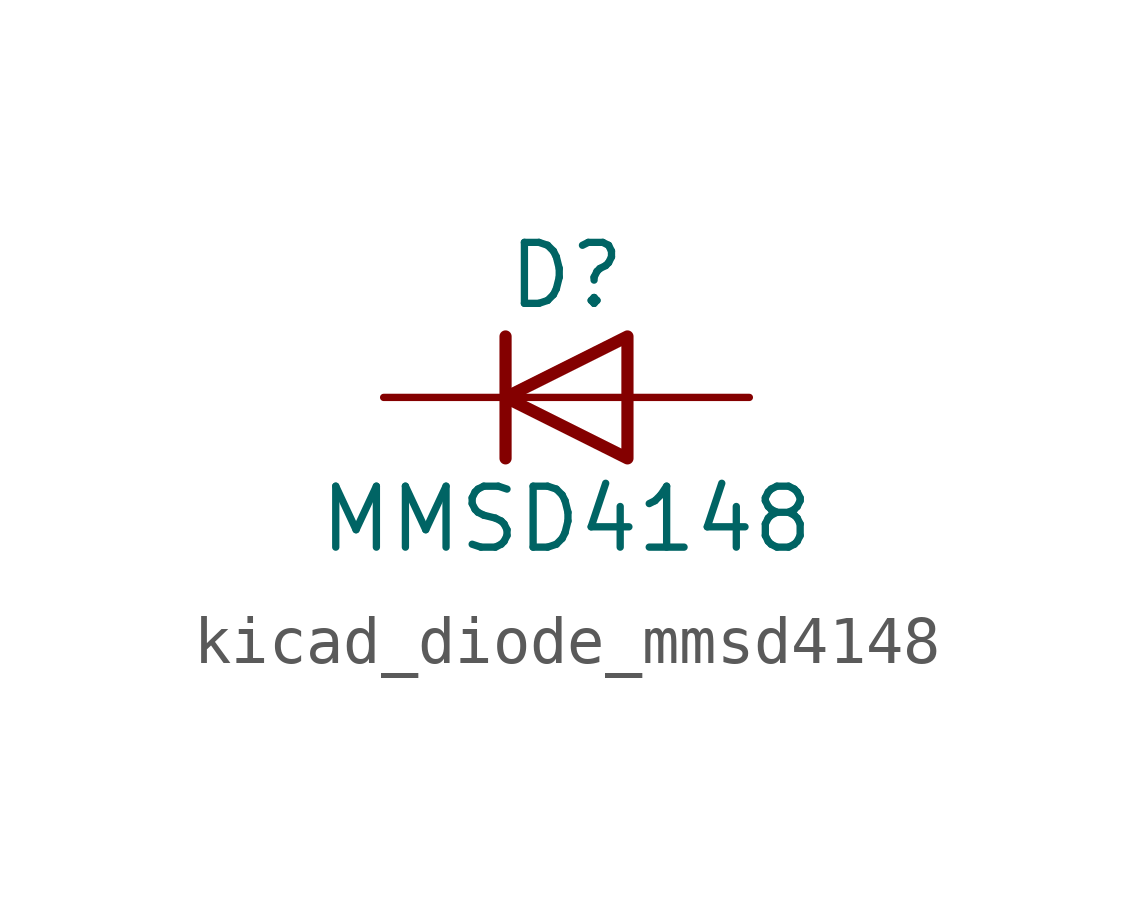
<source format=kicad_sym>
(kicad_symbol_lib
  (version 20220914)
  (generator kicad_symbol_editor)
  (symbol "kicad_diode_mmsd4148"
    (pin_numbers hide)
    (pin_names hide)
    (property "Reference" "D"
      (at 0 2.54 0)
      (effects (font (size 1.27 1.27))))
    (property "Value" "MMSD4148"
      (at 0 -2.54 0)
      (effects (font (size 1.27 1.27))))
    (symbol "kicad_diode_mmsd4148_0_1"
      (polyline (pts (xy -1.27 1.27) (xy -1.27 -1.27)) (stroke (width 0.254) (type default)) (fill (type none)))
      (polyline (pts (xy 1.27 0) (xy -1.27 0)) (stroke (width 0) (type default)) (fill (type none)))
      (polyline (pts (xy 1.27 1.27) (xy 1.27 -1.27) (xy -1.27 0) (xy 1.27 1.27)) (stroke (width 0.254) (type default)) (fill (type none))))
    (symbol "kicad_diode_mmsd4148_1_1"
      (pin passive line (at -3.81 0 0) (length 2.54) (name "K" (effects (font (size 1.27 1.27)))) (number "1" (effects (font (size 1.27 1.27)))))
      (pin passive line (at 3.81 0 180) (length 2.54) (name "A" (effects (font (size 1.27 1.27)))) (number "2" (effects (font (size 1.27 1.27))))))))
</source>
